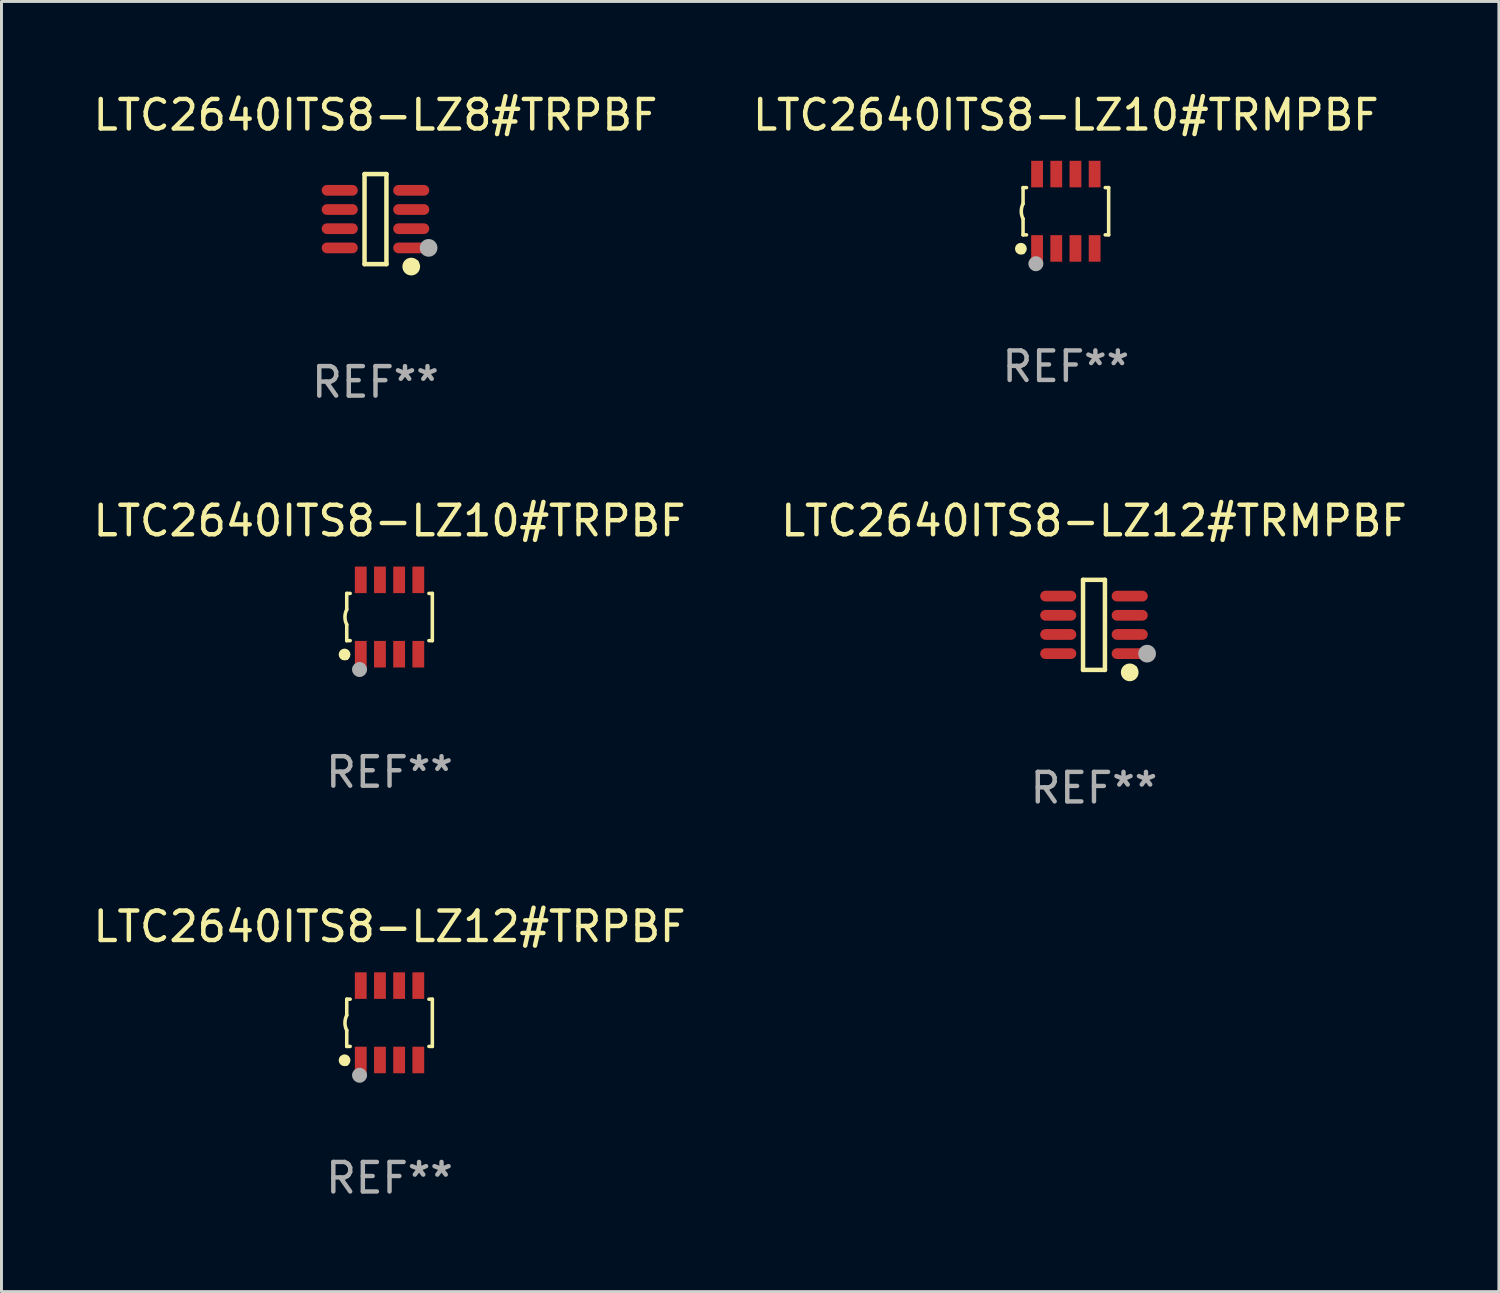
<source format=kicad_pcb>
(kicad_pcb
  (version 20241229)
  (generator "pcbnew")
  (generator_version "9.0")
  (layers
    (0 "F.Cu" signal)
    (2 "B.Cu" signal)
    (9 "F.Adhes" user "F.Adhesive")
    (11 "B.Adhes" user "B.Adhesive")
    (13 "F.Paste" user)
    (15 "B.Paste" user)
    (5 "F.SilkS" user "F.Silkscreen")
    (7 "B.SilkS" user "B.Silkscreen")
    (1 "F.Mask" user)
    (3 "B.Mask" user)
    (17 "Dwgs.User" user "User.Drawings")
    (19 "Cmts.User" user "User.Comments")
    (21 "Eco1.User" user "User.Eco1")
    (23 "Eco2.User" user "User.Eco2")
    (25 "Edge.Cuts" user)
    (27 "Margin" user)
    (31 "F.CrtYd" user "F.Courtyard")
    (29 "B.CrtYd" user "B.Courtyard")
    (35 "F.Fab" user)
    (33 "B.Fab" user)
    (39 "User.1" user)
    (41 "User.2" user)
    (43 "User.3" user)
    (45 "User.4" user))
  (footprint "LTC2640ITS8-LZ12#TRMPBF"
    (layer "F.Cu")
    (at 34.018 18.123)
    (property "Reference" "LTC2640ITS8-LZ12#TRMPBF" (at 0 -3.526 0) (layer "F.SilkS") (effects (font (size 1 1) (thickness 0.15))))
    (attr through_hole)
    (fp_line (start -0.371 -1.526) (end 0.371 -1.526) (stroke (width 0.152) (type solid)) (layer "F.SilkS"))
    (fp_line (start -0.371 1.526) (end -0.371 -1.526) (stroke (width 0.152) (type solid)) (layer "F.SilkS"))
    (fp_line (start 0.371 -1.526) (end 0.371 1.526) (stroke (width 0.152) (type solid)) (layer "F.SilkS"))
    (fp_line (start 0.371 1.526) (end -0.371 1.526) (stroke (width 0.152) (type solid)) (layer "F.SilkS"))
    (fp_circle (center 1.211 1.609) (end 1.361 1.609) (stroke (width 0.3) (type solid)) (fill no) (layer "F.SilkS"))
    (fp_circle (center 1.4 1.45) (end 1.43 1.45) (stroke (width 0.06) (type solid)) (fill no) (layer "F.SilkS"))
    (fp_circle (center 1.8 0.975) (end 1.95 0.975) (stroke (width 0.3) (type solid)) (fill no) (layer "F.Fab"))
    (fp_text user "REF**" (at 0 5.526 0) (layer "F.Fab") (effects (font (size 1 1) (thickness 0.15))))
    (pad "1" smd oval (at 1.211 0.975) (size 1.222 0.364) (layers "F.Cu" "F.Mask" "F.Paste"))
    (pad "2" smd oval (at 1.211 0.325) (size 1.222 0.364) (layers "F.Cu" "F.Mask" "F.Paste"))
    (pad "3" smd oval (at 1.211 -0.325) (size 1.222 0.364) (layers "F.Cu" "F.Mask" "F.Paste"))
    (pad "4" smd oval (at 1.211 -0.975) (size 1.222 0.364) (layers "F.Cu" "F.Mask" "F.Paste"))
    (pad "5" smd oval (at -1.211 -0.975) (size 1.222 0.364) (layers "F.Cu" "F.Mask" "F.Paste"))
    (pad "6" smd oval (at -1.211 -0.325) (size 1.222 0.364) (layers "F.Cu" "F.Mask" "F.Paste"))
    (pad "7" smd oval (at -1.211 0.325) (size 1.222 0.364) (layers "F.Cu" "F.Mask" "F.Paste"))
    (pad "8" smd oval (at -1.211 0.975) (size 1.222 0.364) (layers "F.Cu" "F.Mask" "F.Paste")))
  (footprint "LTC2640ITS8-LZ12#TRPBF"
    (layer "F.Cu")
    (at 10.149 31.606)
    (property "Reference" "LTC2640ITS8-LZ12#TRPBF" (at 0 -3.26 0) (layer "F.SilkS") (effects (font (size 1 1) (thickness 0.15))))
    (attr through_hole)
    (fp_line (start -1.45 -0.8) (end -1.45 -0.254) (stroke (width 0.12) (type solid)) (layer "F.SilkS"))
    (fp_line (start -1.45 -0.8) (end -1.334 -0.8) (stroke (width 0.12) (type solid)) (layer "F.SilkS"))
    (fp_line (start -1.45 0.8) (end -1.45 0.254) (stroke (width 0.12) (type solid)) (layer "F.SilkS"))
    (fp_line (start -1.45 0.8) (end -1.334 0.8) (stroke (width 0.12) (type solid)) (layer "F.SilkS"))
    (fp_line (start 1.334 -0.8) (end 1.45 -0.8) (stroke (width 0.12) (type solid)) (layer "F.SilkS"))
    (fp_line (start 1.334 0.8) (end 1.45 0.8) (stroke (width 0.12) (type solid)) (layer "F.SilkS"))
    (fp_line (start 1.45 0.8) (end 1.45 -0.8) (stroke (width 0.12) (type solid)) (layer "F.SilkS"))
    (fp_arc (start -1.45075 0.255144) (mid -1.510605 0.000434) (end -1.450013 -0.254102) (stroke (width 0.11999) (type solid)) (layer "F.SilkS"))
    (fp_circle (center -1.524 1.27) (end -1.424 1.27) (stroke (width 0.2) (type solid)) (fill no) (layer "F.SilkS"))
    (fp_circle (center -1.45 1.4) (end -1.42 1.4) (stroke (width 0.06) (type solid)) (fill no) (layer "F.SilkS"))
    (fp_circle (center -1.016 1.778) (end -0.889 1.778) (stroke (width 0.254) (type solid)) (fill no) (layer "F.Fab"))
    (fp_text user "REF**" (at 0 5.26 0) (layer "F.Fab") (effects (font (size 1 1) (thickness 0.15))))
    (pad "1" smd rect (at -0.975 1.26) (size 0.4 0.9) (layers "F.Cu" "F.Mask" "F.Paste"))
    (pad "2" smd rect (at -0.325 1.26) (size 0.4 0.9) (layers "F.Cu" "F.Mask" "F.Paste"))
    (pad "3" smd rect (at 0.325 1.26) (size 0.4 0.9) (layers "F.Cu" "F.Mask" "F.Paste"))
    (pad "4" smd rect (at 0.975 1.26) (size 0.4 0.9) (layers "F.Cu" "F.Mask" "F.Paste"))
    (pad "5" smd rect (at 0.975 -1.26) (size 0.4 0.9) (layers "F.Cu" "F.Mask" "F.Paste"))
    (pad "6" smd rect (at 0.325 -1.26) (size 0.4 0.9) (layers "F.Cu" "F.Mask" "F.Paste"))
    (pad "7" smd rect (at -0.325 -1.26) (size 0.4 0.9) (layers "F.Cu" "F.Mask" "F.Paste"))
    (pad "8" smd rect (at -0.975 -1.26) (size 0.4 0.9) (layers "F.Cu" "F.Mask" "F.Paste")))
  (footprint "LTC2640ITS8-LZ8#TRPBF"
    (layer "F.Cu")
    (at 9.673 4.374)
    (property "Reference" "LTC2640ITS8-LZ8#TRPBF" (at 0 -3.526 0) (layer "F.SilkS") (effects (font (size 1 1) (thickness 0.15))))
    (attr through_hole)
    (fp_line (start -0.371 -1.526) (end 0.371 -1.526) (stroke (width 0.152) (type solid)) (layer "F.SilkS"))
    (fp_line (start -0.371 1.526) (end -0.371 -1.526) (stroke (width 0.152) (type solid)) (layer "F.SilkS"))
    (fp_line (start 0.371 -1.526) (end 0.371 1.526) (stroke (width 0.152) (type solid)) (layer "F.SilkS"))
    (fp_line (start 0.371 1.526) (end -0.371 1.526) (stroke (width 0.152) (type solid)) (layer "F.SilkS"))
    (fp_circle (center 1.211 1.609) (end 1.361 1.609) (stroke (width 0.3) (type solid)) (fill no) (layer "F.SilkS"))
    (fp_circle (center 1.4 1.45) (end 1.43 1.45) (stroke (width 0.06) (type solid)) (fill no) (layer "F.SilkS"))
    (fp_circle (center 1.8 0.975) (end 1.95 0.975) (stroke (width 0.3) (type solid)) (fill no) (layer "F.Fab"))
    (fp_text user "REF**" (at 0 5.526 0) (layer "F.Fab") (effects (font (size 1 1) (thickness 0.15))))
    (pad "1" smd oval (at 1.211 0.975) (size 1.222 0.364) (layers "F.Cu" "F.Mask" "F.Paste"))
    (pad "2" smd oval (at 1.211 0.325) (size 1.222 0.364) (layers "F.Cu" "F.Mask" "F.Paste"))
    (pad "3" smd oval (at 1.211 -0.325) (size 1.222 0.364) (layers "F.Cu" "F.Mask" "F.Paste"))
    (pad "4" smd oval (at 1.211 -0.975) (size 1.222 0.364) (layers "F.Cu" "F.Mask" "F.Paste"))
    (pad "5" smd oval (at -1.211 -0.975) (size 1.222 0.364) (layers "F.Cu" "F.Mask" "F.Paste"))
    (pad "6" smd oval (at -1.211 -0.325) (size 1.222 0.364) (layers "F.Cu" "F.Mask" "F.Paste"))
    (pad "7" smd oval (at -1.211 0.325) (size 1.222 0.364) (layers "F.Cu" "F.Mask" "F.Paste"))
    (pad "8" smd oval (at -1.211 0.975) (size 1.222 0.364) (layers "F.Cu" "F.Mask" "F.Paste")))
  (footprint "LTC2640ITS8-LZ10#TRMPBF"
    (layer "F.Cu")
    (at 33.065 4.108)
    (property "Reference" "LTC2640ITS8-LZ10#TRMPBF" (at 0 -3.26 0) (layer "F.SilkS") (effects (font (size 1 1) (thickness 0.15))))
    (attr through_hole)
    (fp_line (start -1.45 -0.8) (end -1.45 -0.254) (stroke (width 0.12) (type solid)) (layer "F.SilkS"))
    (fp_line (start -1.45 -0.8) (end -1.334 -0.8) (stroke (width 0.12) (type solid)) (layer "F.SilkS"))
    (fp_line (start -1.45 0.8) (end -1.45 0.254) (stroke (width 0.12) (type solid)) (layer "F.SilkS"))
    (fp_line (start -1.45 0.8) (end -1.334 0.8) (stroke (width 0.12) (type solid)) (layer "F.SilkS"))
    (fp_line (start 1.334 -0.8) (end 1.45 -0.8) (stroke (width 0.12) (type solid)) (layer "F.SilkS"))
    (fp_line (start 1.334 0.8) (end 1.45 0.8) (stroke (width 0.12) (type solid)) (layer "F.SilkS"))
    (fp_line (start 1.45 0.8) (end 1.45 -0.8) (stroke (width 0.12) (type solid)) (layer "F.SilkS"))
    (fp_arc (start -1.45075 0.255144) (mid -1.510605 0.000434) (end -1.450013 -0.254102) (stroke (width 0.11999) (type solid)) (layer "F.SilkS"))
    (fp_circle (center -1.524 1.27) (end -1.424 1.27) (stroke (width 0.2) (type solid)) (fill no) (layer "F.SilkS"))
    (fp_circle (center -1.45 1.4) (end -1.42 1.4) (stroke (width 0.06) (type solid)) (fill no) (layer "F.SilkS"))
    (fp_circle (center -1.016 1.778) (end -0.889 1.778) (stroke (width 0.254) (type solid)) (fill no) (layer "F.Fab"))
    (fp_text user "REF**" (at 0 5.26 0) (layer "F.Fab") (effects (font (size 1 1) (thickness 0.15))))
    (pad "1" smd rect (at -0.975 1.26) (size 0.4 0.9) (layers "F.Cu" "F.Mask" "F.Paste"))
    (pad "2" smd rect (at -0.325 1.26) (size 0.4 0.9) (layers "F.Cu" "F.Mask" "F.Paste"))
    (pad "3" smd rect (at 0.325 1.26) (size 0.4 0.9) (layers "F.Cu" "F.Mask" "F.Paste"))
    (pad "4" smd rect (at 0.975 1.26) (size 0.4 0.9) (layers "F.Cu" "F.Mask" "F.Paste"))
    (pad "5" smd rect (at 0.975 -1.26) (size 0.4 0.9) (layers "F.Cu" "F.Mask" "F.Paste"))
    (pad "6" smd rect (at 0.325 -1.26) (size 0.4 0.9) (layers "F.Cu" "F.Mask" "F.Paste"))
    (pad "7" smd rect (at -0.325 -1.26) (size 0.4 0.9) (layers "F.Cu" "F.Mask" "F.Paste"))
    (pad "8" smd rect (at -0.975 -1.26) (size 0.4 0.9) (layers "F.Cu" "F.Mask" "F.Paste")))
  (footprint "LTC2640ITS8-LZ10#TRPBF"
    (layer "F.Cu")
    (at 10.149 17.857)
    (property "Reference" "LTC2640ITS8-LZ10#TRPBF" (at 0 -3.26 0) (layer "F.SilkS") (effects (font (size 1 1) (thickness 0.15))))
    (attr through_hole)
    (fp_line (start -1.45 -0.8) (end -1.45 -0.254) (stroke (width 0.12) (type solid)) (layer "F.SilkS"))
    (fp_line (start -1.45 -0.8) (end -1.334 -0.8) (stroke (width 0.12) (type solid)) (layer "F.SilkS"))
    (fp_line (start -1.45 0.8) (end -1.45 0.254) (stroke (width 0.12) (type solid)) (layer "F.SilkS"))
    (fp_line (start -1.45 0.8) (end -1.334 0.8) (stroke (width 0.12) (type solid)) (layer "F.SilkS"))
    (fp_line (start 1.334 -0.8) (end 1.45 -0.8) (stroke (width 0.12) (type solid)) (layer "F.SilkS"))
    (fp_line (start 1.334 0.8) (end 1.45 0.8) (stroke (width 0.12) (type solid)) (layer "F.SilkS"))
    (fp_line (start 1.45 0.8) (end 1.45 -0.8) (stroke (width 0.12) (type solid)) (layer "F.SilkS"))
    (fp_arc (start -1.45075 0.255144) (mid -1.510605 0.000434) (end -1.450013 -0.254102) (stroke (width 0.11999) (type solid)) (layer "F.SilkS"))
    (fp_circle (center -1.524 1.27) (end -1.424 1.27) (stroke (width 0.2) (type solid)) (fill no) (layer "F.SilkS"))
    (fp_circle (center -1.45 1.4) (end -1.42 1.4) (stroke (width 0.06) (type solid)) (fill no) (layer "F.SilkS"))
    (fp_circle (center -1.016 1.778) (end -0.889 1.778) (stroke (width 0.254) (type solid)) (fill no) (layer "F.Fab"))
    (fp_text user "REF**" (at 0 5.26 0) (layer "F.Fab") (effects (font (size 1 1) (thickness 0.15))))
    (pad "1" smd rect (at -0.975 1.26) (size 0.4 0.9) (layers "F.Cu" "F.Mask" "F.Paste"))
    (pad "2" smd rect (at -0.325 1.26) (size 0.4 0.9) (layers "F.Cu" "F.Mask" "F.Paste"))
    (pad "3" smd rect (at 0.325 1.26) (size 0.4 0.9) (layers "F.Cu" "F.Mask" "F.Paste"))
    (pad "4" smd rect (at 0.975 1.26) (size 0.4 0.9) (layers "F.Cu" "F.Mask" "F.Paste"))
    (pad "5" smd rect (at 0.975 -1.26) (size 0.4 0.9) (layers "F.Cu" "F.Mask" "F.Paste"))
    (pad "6" smd rect (at 0.325 -1.26) (size 0.4 0.9) (layers "F.Cu" "F.Mask" "F.Paste"))
    (pad "7" smd rect (at -0.325 -1.26) (size 0.4 0.9) (layers "F.Cu" "F.Mask" "F.Paste"))
    (pad "8" smd rect (at -0.975 -1.26) (size 0.4 0.9) (layers "F.Cu" "F.Mask" "F.Paste")))
  (gr_rect
    (start -3 -3)
    (end 47.738 40.714)
    (stroke (width 0.1) (type default))
    (fill no)
    (layer "Edge.Cuts")))
</source>
